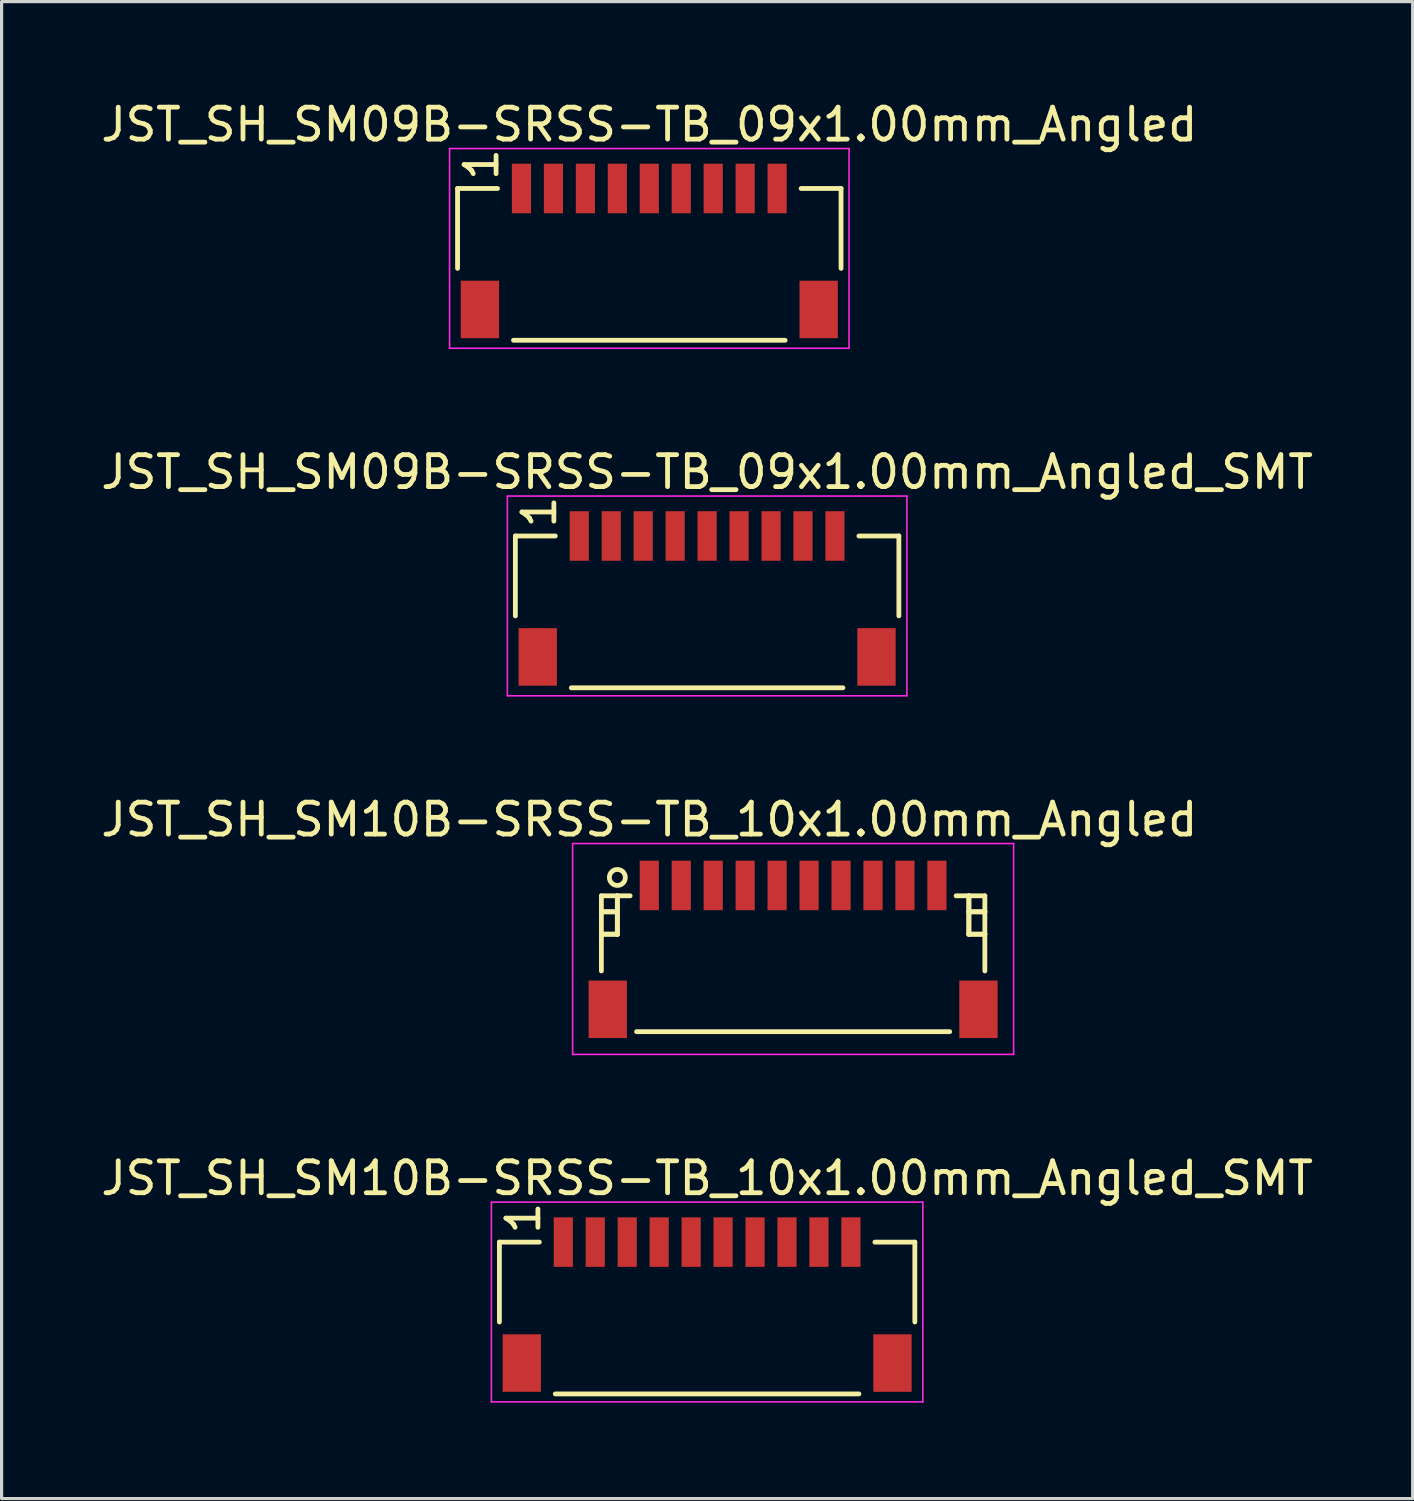
<source format=kicad_pcb>
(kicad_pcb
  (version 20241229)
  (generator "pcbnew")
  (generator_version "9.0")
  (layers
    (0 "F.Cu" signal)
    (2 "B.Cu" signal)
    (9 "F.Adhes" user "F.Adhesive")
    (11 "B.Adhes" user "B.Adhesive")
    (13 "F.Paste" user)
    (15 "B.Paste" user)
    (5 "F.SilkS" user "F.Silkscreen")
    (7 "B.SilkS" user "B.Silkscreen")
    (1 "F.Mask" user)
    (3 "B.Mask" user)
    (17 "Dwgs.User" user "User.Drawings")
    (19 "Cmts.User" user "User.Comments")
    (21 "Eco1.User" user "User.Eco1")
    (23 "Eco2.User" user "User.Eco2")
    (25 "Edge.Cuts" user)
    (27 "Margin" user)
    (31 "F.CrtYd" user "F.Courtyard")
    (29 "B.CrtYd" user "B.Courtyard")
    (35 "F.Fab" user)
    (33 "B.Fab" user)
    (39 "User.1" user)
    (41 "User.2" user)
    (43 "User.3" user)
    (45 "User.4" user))
  (footprint "JST_SH_SM10B-SRSS-TB_10x1.00mm_Angled"
    (layer "F.Cu")
    (at 21.768 26.595)
    (property "Reference" "JST_SH_SM10B-SRSS-TB_10x1.00mm_Angled" (at -4.5 -4 0) (layer "F.SilkS") (effects (font (size 1 1) (thickness 0.15))))
    (attr smd)
    (fp_line (start -6 -1.613) (end -5.1 -1.613) (stroke (width 0.15) (type solid)) (layer "F.SilkS"))
    (fp_line (start -6 -1.113) (end -6 -1.113) (stroke (width 0.15) (type solid)) (layer "F.SilkS"))
    (fp_line (start -6 -1.113) (end -5.5 -1.113) (stroke (width 0.15) (type solid)) (layer "F.SilkS"))
    (fp_line (start -6 -0.412) (end -6 -0.412) (stroke (width 0.15) (type solid)) (layer "F.SilkS"))
    (fp_line (start -6 -0.412) (end -5.5 -0.412) (stroke (width 0.15) (type solid)) (layer "F.SilkS"))
    (fp_line (start -6 0.738) (end -6 -1.613) (stroke (width 0.15) (type solid)) (layer "F.SilkS"))
    (fp_line (start -5.5 -1.613) (end -5.5 -1.613) (stroke (width 0.15) (type solid)) (layer "F.SilkS"))
    (fp_line (start -5.5 -1.613) (end -5.5 -0.412) (stroke (width 0.15) (type solid)) (layer "F.SilkS"))
    (fp_line (start -5.5 -1.113) (end -6 -1.113) (stroke (width 0.15) (type solid)) (layer "F.SilkS"))
    (fp_line (start -5.5 -1.113) (end -5.5 -1.113) (stroke (width 0.15) (type solid)) (layer "F.SilkS"))
    (fp_line (start -5.5 -0.412) (end -6 -0.412) (stroke (width 0.15) (type solid)) (layer "F.SilkS"))
    (fp_line (start -5.5 -0.412) (end -5.5 -1.613) (stroke (width 0.15) (type solid)) (layer "F.SilkS"))
    (fp_line (start -5.5 -0.412) (end -5.5 -0.412) (stroke (width 0.15) (type solid)) (layer "F.SilkS"))
    (fp_line (start -5.5 -0.412) (end -5.5 -0.412) (stroke (width 0.15) (type solid)) (layer "F.SilkS"))
    (fp_line (start -4.9 2.638) (end 4.9 2.638) (stroke (width 0.15) (type solid)) (layer "F.SilkS"))
    (fp_line (start 5.5 -1.613) (end 5.5 -1.613) (stroke (width 0.15) (type solid)) (layer "F.SilkS"))
    (fp_line (start 5.5 -1.613) (end 5.5 -0.412) (stroke (width 0.15) (type solid)) (layer "F.SilkS"))
    (fp_line (start 5.5 -1.113) (end 5.5 -1.113) (stroke (width 0.15) (type solid)) (layer "F.SilkS"))
    (fp_line (start 5.5 -1.113) (end 6 -1.113) (stroke (width 0.15) (type solid)) (layer "F.SilkS"))
    (fp_line (start 5.5 -0.412) (end 5.5 -1.613) (stroke (width 0.15) (type solid)) (layer "F.SilkS"))
    (fp_line (start 5.5 -0.412) (end 5.5 -0.412) (stroke (width 0.15) (type solid)) (layer "F.SilkS"))
    (fp_line (start 5.5 -0.412) (end 5.5 -0.412) (stroke (width 0.15) (type solid)) (layer "F.SilkS"))
    (fp_line (start 5.5 -0.412) (end 6 -0.412) (stroke (width 0.15) (type solid)) (layer "F.SilkS"))
    (fp_line (start 6 -1.613) (end 5.1 -1.613) (stroke (width 0.15) (type solid)) (layer "F.SilkS"))
    (fp_line (start 6 -1.113) (end 5.5 -1.113) (stroke (width 0.15) (type solid)) (layer "F.SilkS"))
    (fp_line (start 6 -1.113) (end 6 -1.113) (stroke (width 0.15) (type solid)) (layer "F.SilkS"))
    (fp_line (start 6 -0.412) (end 5.5 -0.412) (stroke (width 0.15) (type solid)) (layer "F.SilkS"))
    (fp_line (start 6 -0.412) (end 6 -0.412) (stroke (width 0.15) (type solid)) (layer "F.SilkS"))
    (fp_line (start 6 0.738) (end 6 -1.613) (stroke (width 0.15) (type solid)) (layer "F.SilkS"))
    (fp_circle (center -5.5 -2.188) (end -5.25 -2.188) (stroke (width 0.15) (type solid)) (fill no) (layer "F.SilkS"))
    (fp_line (start -6.9 -3.25) (end 6.9 -3.25) (stroke (width 0.05) (type solid)) (layer "F.CrtYd"))
    (fp_line (start -6.9 3.35) (end -6.9 -3.25) (stroke (width 0.05) (type solid)) (layer "F.CrtYd"))
    (fp_line (start 6.9 -3.25) (end 6.9 3.35) (stroke (width 0.05) (type solid)) (layer "F.CrtYd"))
    (fp_line (start 6.9 3.35) (end -6.9 3.35) (stroke (width 0.05) (type solid)) (layer "F.CrtYd"))
    (pad "" smd rect (at -5.8 1.938) (size 1.2 1.8) (layers "F.Cu" "F.Mask" "F.Paste"))
    (pad "" smd rect (at 5.8 1.938) (size 1.2 1.8) (layers "F.Cu" "F.Mask" "F.Paste"))
    (pad "1" smd rect (at -4.5 -1.938) (size 0.6 1.55) (layers "F.Cu" "F.Mask" "F.Paste"))
    (pad "2" smd rect (at -3.5 -1.938) (size 0.6 1.55) (layers "F.Cu" "F.Mask" "F.Paste"))
    (pad "3" smd rect (at -2.5 -1.938) (size 0.6 1.55) (layers "F.Cu" "F.Mask" "F.Paste"))
    (pad "4" smd rect (at -1.5 -1.938) (size 0.6 1.55) (layers "F.Cu" "F.Mask" "F.Paste"))
    (pad "5" smd rect (at -0.5 -1.938) (size 0.6 1.55) (layers "F.Cu" "F.Mask" "F.Paste"))
    (pad "6" smd rect (at 0.5 -1.938) (size 0.6 1.55) (layers "F.Cu" "F.Mask" "F.Paste"))
    (pad "7" smd rect (at 1.5 -1.938) (size 0.6 1.55) (layers "F.Cu" "F.Mask" "F.Paste"))
    (pad "8" smd rect (at 2.5 -1.938) (size 0.6 1.55) (layers "F.Cu" "F.Mask" "F.Paste"))
    (pad "9" smd rect (at 3.5 -1.938) (size 0.6 1.55) (layers "F.Cu" "F.Mask" "F.Paste"))
    (pad "10" smd rect (at 4.5 -1.938) (size 0.6 1.55) (layers "F.Cu" "F.Mask" "F.Paste")))
  (footprint "JST_SH_SM09B-SRSS-TB_09x1.00mm_Angled"
    (layer "F.Cu")
    (at 13.268 2.848)
    (property "Reference" "JST_SH_SM09B-SRSS-TB_09x1.00mm_Angled" (at 4 -2 0) (layer "F.SilkS") (effects (font (size 1 1) (thickness 0.15))))
    (attr smd)
    (fp_line (start -2 0) (end -0.75 0) (stroke (width 0.15) (type solid)) (layer "F.SilkS"))
    (fp_line (start -2 2.5) (end -2 0) (stroke (width 0.15) (type solid)) (layer "F.SilkS"))
    (fp_line (start -0.25 4.75) (end 8.25 4.75) (stroke (width 0.15) (type solid)) (layer "F.SilkS"))
    (fp_line (start 8.75 0) (end 10 0) (stroke (width 0.15) (type solid)) (layer "F.SilkS"))
    (fp_line (start 10 2.5) (end 10 0) (stroke (width 0.15) (type solid)) (layer "F.SilkS"))
    (fp_line (start -2.25 -1.25) (end 10.25 -1.25) (stroke (width 0.05) (type solid)) (layer "F.CrtYd"))
    (fp_line (start -2.25 5) (end -2.25 -1.25) (stroke (width 0.05) (type solid)) (layer "F.CrtYd"))
    (fp_line (start 10.25 -1.25) (end 10.25 5) (stroke (width 0.05) (type solid)) (layer "F.CrtYd"))
    (fp_line (start 10.25 5) (end -2.25 5) (stroke (width 0.05) (type solid)) (layer "F.CrtYd"))
    (fp_text user "1" (at -1.25 -0.75 90) (layer "F.SilkS") (effects (font (size 1 1) (thickness 0.15))))
    (pad "" smd rect (at -1.3 3.785) (size 1.2 1.8) (layers "F.Cu" "F.Mask" "F.Paste"))
    (pad "" smd rect (at 9.3 3.785) (size 1.2 1.8) (layers "F.Cu" "F.Mask" "F.Paste"))
    (pad "1" smd rect (at 0 0) (size 0.6 1.55) (layers "F.Cu" "F.Mask" "F.Paste"))
    (pad "2" smd rect (at 1 0) (size 0.6 1.55) (layers "F.Cu" "F.Mask" "F.Paste"))
    (pad "3" smd rect (at 2 0) (size 0.6 1.55) (layers "F.Cu" "F.Mask" "F.Paste"))
    (pad "4" smd rect (at 3 0) (size 0.6 1.55) (layers "F.Cu" "F.Mask" "F.Paste"))
    (pad "5" smd rect (at 4 0) (size 0.6 1.55) (layers "F.Cu" "F.Mask" "F.Paste"))
    (pad "6" smd rect (at 5 0) (size 0.6 1.55) (layers "F.Cu" "F.Mask" "F.Paste"))
    (pad "7" smd rect (at 6 0) (size 0.6 1.55) (layers "F.Cu" "F.Mask" "F.Paste"))
    (pad "8" smd rect (at 7 0) (size 0.6 1.55) (layers "F.Cu" "F.Mask" "F.Paste"))
    (pad "9" smd rect (at 8 0) (size 0.6 1.55) (layers "F.Cu" "F.Mask" "F.Paste")))
  (footprint "JST_SH_SM10B-SRSS-TB_10x1.00mm_Angled_SMT"
    (layer "F.Cu")
    (at 14.577 35.818)
    (property "Reference" "JST_SH_SM10B-SRSS-TB_10x1.00mm_Angled_SMT" (at 4.5 -2 0) (layer "F.SilkS") (effects (font (size 1 1) (thickness 0.15))))
    (attr smd)
    (fp_line (start -2 0) (end -0.75 0) (stroke (width 0.15) (type solid)) (layer "F.SilkS"))
    (fp_line (start -2 2.5) (end -2 0) (stroke (width 0.15) (type solid)) (layer "F.SilkS"))
    (fp_line (start -0.25 4.75) (end 9.25 4.75) (stroke (width 0.15) (type solid)) (layer "F.SilkS"))
    (fp_line (start 9.75 0) (end 11 0) (stroke (width 0.15) (type solid)) (layer "F.SilkS"))
    (fp_line (start 11 2.5) (end 11 0) (stroke (width 0.15) (type solid)) (layer "F.SilkS"))
    (fp_line (start -2.25 -1.25) (end 11.25 -1.25) (stroke (width 0.05) (type solid)) (layer "F.CrtYd"))
    (fp_line (start -2.25 5) (end -2.25 -1.25) (stroke (width 0.05) (type solid)) (layer "F.CrtYd"))
    (fp_line (start 11.25 -1.25) (end 11.25 5) (stroke (width 0.05) (type solid)) (layer "F.CrtYd"))
    (fp_line (start 11.25 5) (end -2.25 5) (stroke (width 0.05) (type solid)) (layer "F.CrtYd"))
    (fp_text user "1" (at -1.25 -0.75 90) (layer "F.SilkS") (effects (font (size 1 1) (thickness 0.15))))
    (pad "" smd rect (at -1.3 3.785) (size 1.2 1.8) (layers "F.Cu" "F.Mask" "F.Paste"))
    (pad "" smd rect (at 10.3 3.785) (size 1.2 1.8) (layers "F.Cu" "F.Mask" "F.Paste"))
    (pad "1" smd rect (at 0 0) (size 0.6 1.55) (layers "F.Cu" "F.Mask" "F.Paste"))
    (pad "2" smd rect (at 1 0) (size 0.6 1.55) (layers "F.Cu" "F.Mask" "F.Paste"))
    (pad "3" smd rect (at 2 0) (size 0.6 1.55) (layers "F.Cu" "F.Mask" "F.Paste"))
    (pad "4" smd rect (at 3 0) (size 0.6 1.55) (layers "F.Cu" "F.Mask" "F.Paste"))
    (pad "5" smd rect (at 4 0) (size 0.6 1.55) (layers "F.Cu" "F.Mask" "F.Paste"))
    (pad "6" smd rect (at 5 0) (size 0.6 1.55) (layers "F.Cu" "F.Mask" "F.Paste"))
    (pad "7" smd rect (at 6 0) (size 0.6 1.55) (layers "F.Cu" "F.Mask" "F.Paste"))
    (pad "8" smd rect (at 7 0) (size 0.6 1.55) (layers "F.Cu" "F.Mask" "F.Paste"))
    (pad "9" smd rect (at 8 0) (size 0.6 1.55) (layers "F.Cu" "F.Mask" "F.Paste"))
    (pad "10" smd rect (at 9 0) (size 0.6 1.55) (layers "F.Cu" "F.Mask" "F.Paste")))
  (footprint "JST_SH_SM09B-SRSS-TB_09x1.00mm_Angled_SMT"
    (layer "F.Cu")
    (at 15.077 13.722)
    (property "Reference" "JST_SH_SM09B-SRSS-TB_09x1.00mm_Angled_SMT" (at 4 -2 0) (layer "F.SilkS") (effects (font (size 1 1) (thickness 0.15))))
    (attr smd)
    (fp_line (start -2 0) (end -0.75 0) (stroke (width 0.15) (type solid)) (layer "F.SilkS"))
    (fp_line (start -2 2.5) (end -2 0) (stroke (width 0.15) (type solid)) (layer "F.SilkS"))
    (fp_line (start -0.25 4.75) (end 8.25 4.75) (stroke (width 0.15) (type solid)) (layer "F.SilkS"))
    (fp_line (start 8.75 0) (end 10 0) (stroke (width 0.15) (type solid)) (layer "F.SilkS"))
    (fp_line (start 10 2.5) (end 10 0) (stroke (width 0.15) (type solid)) (layer "F.SilkS"))
    (fp_line (start -2.25 -1.25) (end 10.25 -1.25) (stroke (width 0.05) (type solid)) (layer "F.CrtYd"))
    (fp_line (start -2.25 5) (end -2.25 -1.25) (stroke (width 0.05) (type solid)) (layer "F.CrtYd"))
    (fp_line (start 10.25 -1.25) (end 10.25 5) (stroke (width 0.05) (type solid)) (layer "F.CrtYd"))
    (fp_line (start 10.25 5) (end -2.25 5) (stroke (width 0.05) (type solid)) (layer "F.CrtYd"))
    (fp_text user "1" (at -1.25 -0.75 90) (layer "F.SilkS") (effects (font (size 1 1) (thickness 0.15))))
    (pad "" smd rect (at -1.3 3.785) (size 1.2 1.8) (layers "F.Cu" "F.Mask" "F.Paste"))
    (pad "" smd rect (at 9.3 3.785) (size 1.2 1.8) (layers "F.Cu" "F.Mask" "F.Paste"))
    (pad "1" smd rect (at 0 0) (size 0.6 1.55) (layers "F.Cu" "F.Mask" "F.Paste"))
    (pad "2" smd rect (at 1 0) (size 0.6 1.55) (layers "F.Cu" "F.Mask" "F.Paste"))
    (pad "3" smd rect (at 2 0) (size 0.6 1.55) (layers "F.Cu" "F.Mask" "F.Paste"))
    (pad "4" smd rect (at 3 0) (size 0.6 1.55) (layers "F.Cu" "F.Mask" "F.Paste"))
    (pad "5" smd rect (at 4 0) (size 0.6 1.55) (layers "F.Cu" "F.Mask" "F.Paste"))
    (pad "6" smd rect (at 5 0) (size 0.6 1.55) (layers "F.Cu" "F.Mask" "F.Paste"))
    (pad "7" smd rect (at 6 0) (size 0.6 1.55) (layers "F.Cu" "F.Mask" "F.Paste"))
    (pad "8" smd rect (at 7 0) (size 0.6 1.55) (layers "F.Cu" "F.Mask" "F.Paste"))
    (pad "9" smd rect (at 8 0) (size 0.6 1.55) (layers "F.Cu" "F.Mask" "F.Paste")))
  (gr_rect
    (start -3 -3)
    (end 41.155 43.843)
    (stroke (width 0.1) (type default))
    (fill no)
    (layer "Edge.Cuts")))
</source>
